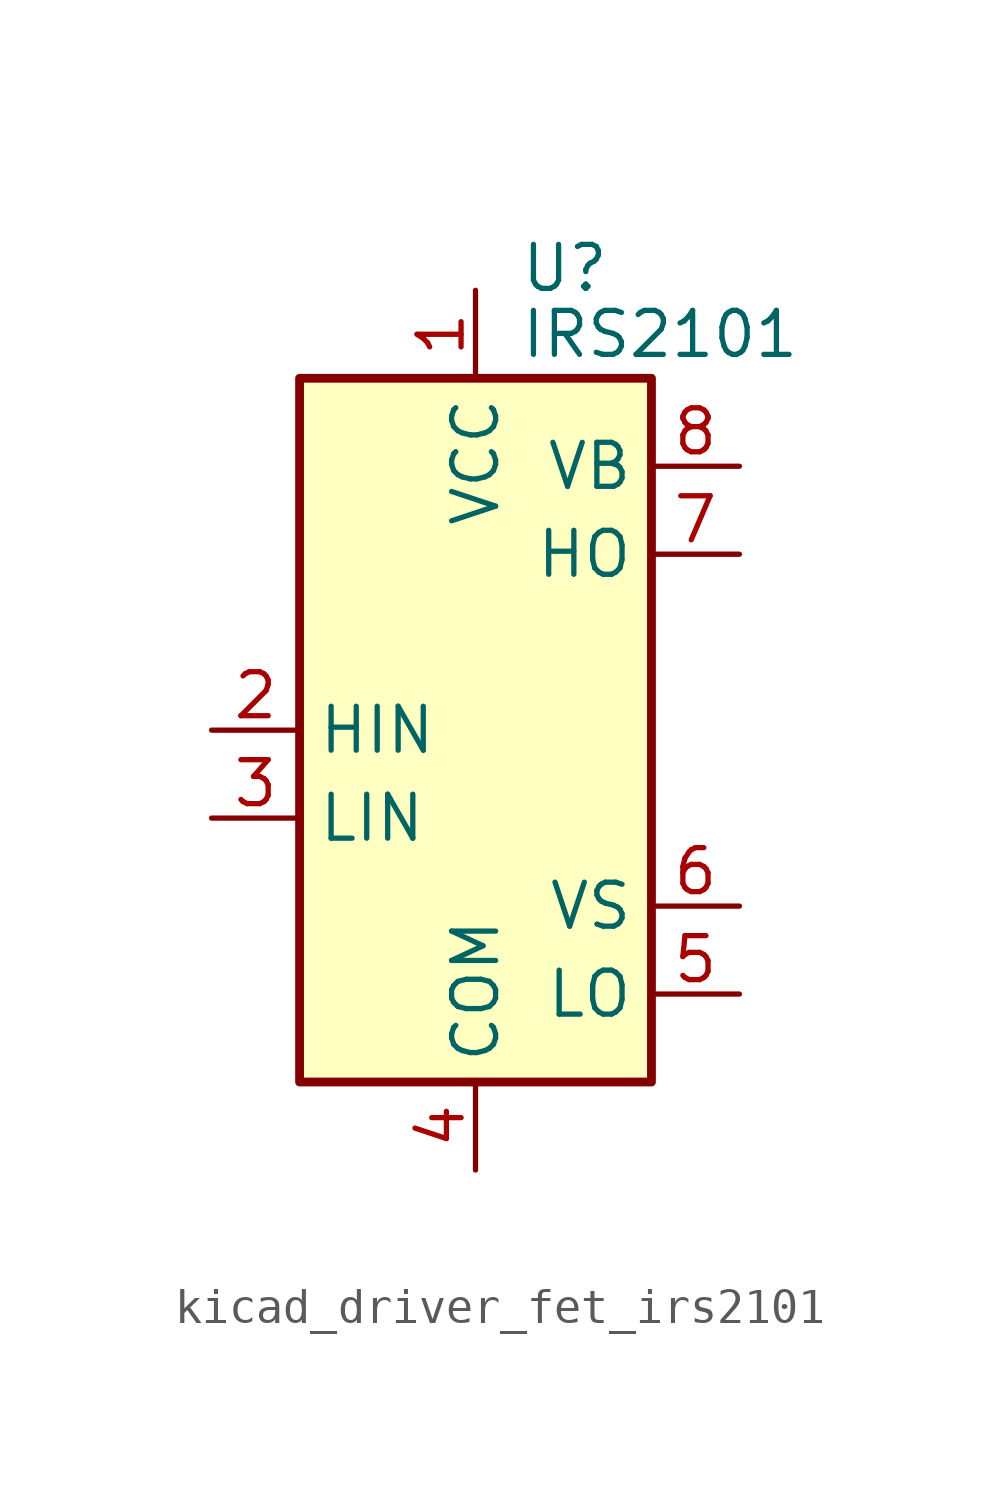
<source format=kicad_sym>
(kicad_symbol_lib
  (version 20220914)
  (generator kicad_symbol_editor)
  (symbol "kicad_driver_fet_irs2101"
    (property "Reference" "U"
      (at 1.27 13.335 0)
      (effects (font (size 1.27 1.27)) (justify left)))
    (property "Value" "IRS2101"
      (at 1.27 11.43 0)
      (effects (font (size 1.27 1.27)) (justify left)))
    (symbol "kicad_driver_fet_irs2101_0_1"
      (rectangle (start -5.08 -10.16) (end 5.08 10.16) (stroke (width 0.254) (type default)) (fill (type background))))
    (symbol "kicad_driver_fet_irs2101_1_1"
      (pin power_in line (at 0 12.7 270) (length 2.54) (name "VCC" (effects (font (size 1.27 1.27)))) (number "1" (effects (font (size 1.27 1.27)))))
      (pin input line (at -7.62 0 0) (length 2.54) (name "HIN" (effects (font (size 1.27 1.27)))) (number "2" (effects (font (size 1.27 1.27)))))
      (pin input line (at -7.62 -2.54 0) (length 2.54) (name "LIN" (effects (font (size 1.27 1.27)))) (number "3" (effects (font (size 1.27 1.27)))))
      (pin power_in line (at 0 -12.7 90) (length 2.54) (name "COM" (effects (font (size 1.27 1.27)))) (number "4" (effects (font (size 1.27 1.27)))))
      (pin output line (at 7.62 -7.62 180) (length 2.54) (name "LO" (effects (font (size 1.27 1.27)))) (number "5" (effects (font (size 1.27 1.27)))))
      (pin passive line (at 7.62 -5.08 180) (length 2.54) (name "VS" (effects (font (size 1.27 1.27)))) (number "6" (effects (font (size 1.27 1.27)))))
      (pin output line (at 7.62 5.08 180) (length 2.54) (name "HO" (effects (font (size 1.27 1.27)))) (number "7" (effects (font (size 1.27 1.27)))))
      (pin passive line (at 7.62 7.62 180) (length 2.54) (name "VB" (effects (font (size 1.27 1.27)))) (number "8" (effects (font (size 1.27 1.27))))))))
</source>
